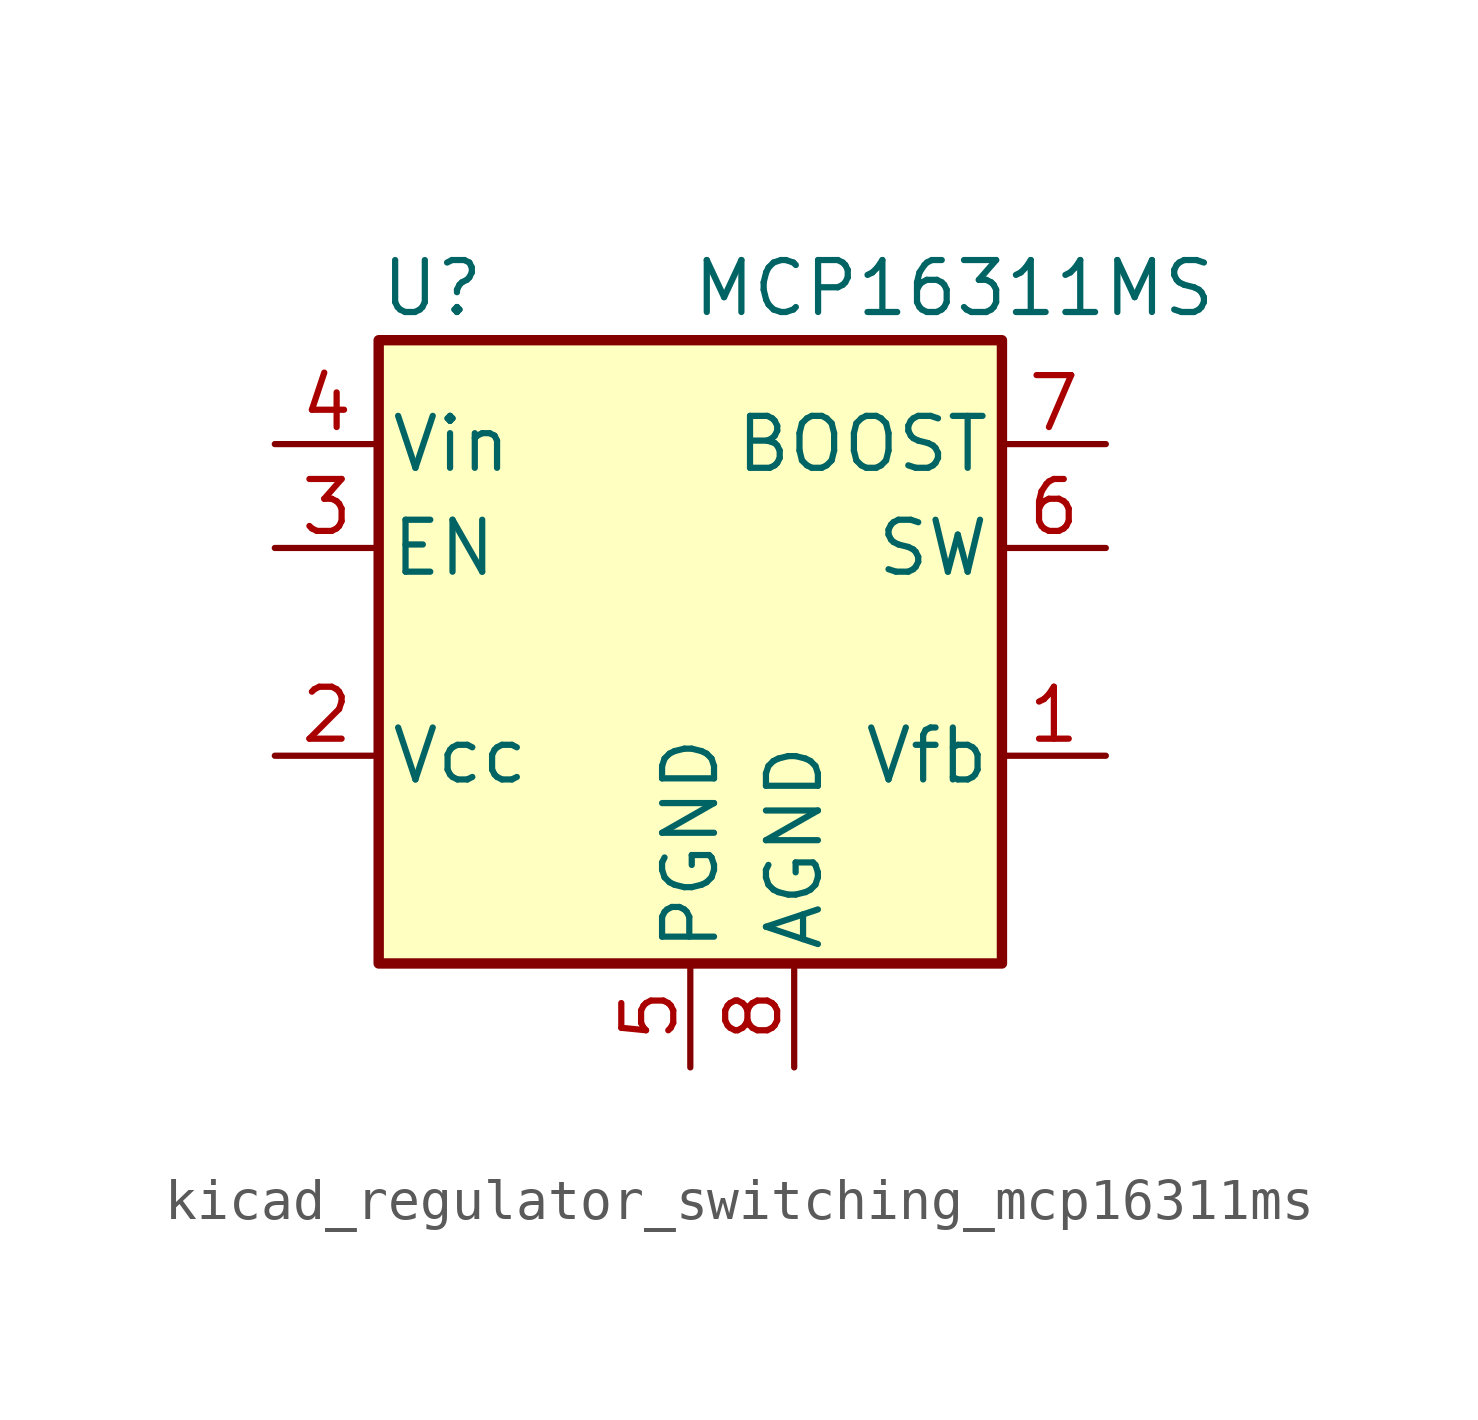
<source format=kicad_sym>
(kicad_symbol_lib
  (version 20220914)
  (generator kicad_symbol_editor)
  (symbol "kicad_regulator_switching_mcp16311ms"
    (pin_names
      (offset 0.254))
    (property "Reference" "U"
      (at -7.62 11.43 0)
      (effects (font (size 1.27 1.27)) (justify left)))
    (property "Value" "MCP16311MS"
      (at 0 11.43 0)
      (effects (font (size 1.27 1.27)) (justify left)))
    (symbol "kicad_regulator_switching_mcp16311ms_0_1"
      (rectangle (start -7.62 10.16) (end 7.62 -5.08) (stroke (width 0.254) (type default)) (fill (type background))))
    (symbol "kicad_regulator_switching_mcp16311ms_1_1"
      (pin input line (at 10.16 0 180) (length 2.54) (name "Vfb" (effects (font (size 1.27 1.27)))) (number "1" (effects (font (size 1.27 1.27)))))
      (pin power_out line (at -10.16 0 0) (length 2.54) (name "Vcc" (effects (font (size 1.27 1.27)))) (number "2" (effects (font (size 1.27 1.27)))))
      (pin input line (at -10.16 5.08 0) (length 2.54) (name "EN" (effects (font (size 1.27 1.27)))) (number "3" (effects (font (size 1.27 1.27)))))
      (pin power_in line (at -10.16 7.62 0) (length 2.54) (name "Vin" (effects (font (size 1.27 1.27)))) (number "4" (effects (font (size 1.27 1.27)))))
      (pin power_in line (at 0 -7.62 90) (length 2.54) (name "PGND" (effects (font (size 1.27 1.27)))) (number "5" (effects (font (size 1.27 1.27)))))
      (pin output line (at 10.16 5.08 180) (length 2.54) (name "SW" (effects (font (size 1.27 1.27)))) (number "6" (effects (font (size 1.27 1.27)))))
      (pin output line (at 10.16 7.62 180) (length 2.54) (name "BOOST" (effects (font (size 1.27 1.27)))) (number "7" (effects (font (size 1.27 1.27)))))
      (pin power_in line (at 2.54 -7.62 90) (length 2.54) (name "AGND" (effects (font (size 1.27 1.27)))) (number "8" (effects (font (size 1.27 1.27))))))))
</source>
